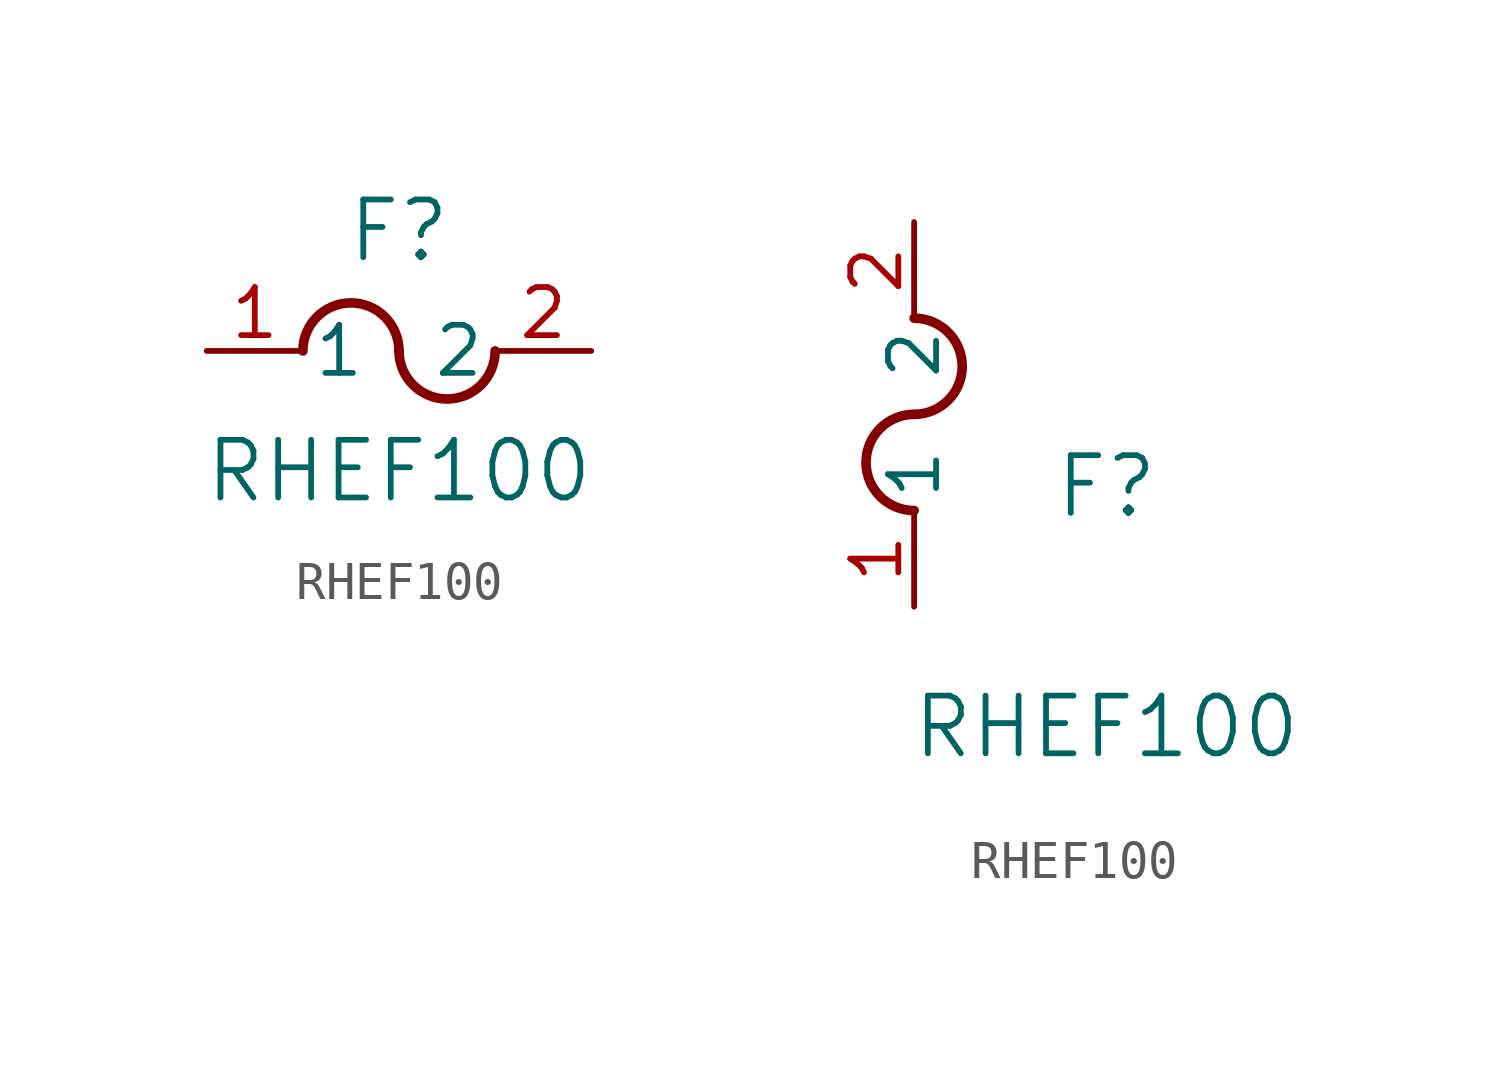
<source format=kicad_sym>
(kicad_symbol_lib
  (version 20211014)
  (generator kicad_symbol_editor)
  (symbol "RHEF100"
    (pin_names
      (offset 0.254))
    (property "Reference" "F"
      (at 5.08 3.175 0)
      (effects (font (size 1.524 1.524))))
    (property "Value" "RHEF100"
      (at 5.08 -3.175 0)
      (effects (font (size 1.524 1.524))))
    (symbol "RHEF100_1_1"
      (arc (start 5.08 0) (mid 3.81 1.27) (end 2.54 0) (stroke (width 0.254) (type default) (color 0 0 0 0)) (fill (type none)))
      (arc (start 5.08 0) (mid 6.35 -1.27) (end 7.62 0) (stroke (width 0.254) (type default) (color 0 0 0 0)) (fill (type none)))
      (pin unspecified line (at 0 0 0) (length 2.54) (name "1" (effects (font (size 1.27 1.27)))) (number "1" (effects (font (size 1.27 1.27)))))
      (pin unspecified line (at 10.16 0 180) (length 2.54) (name "2" (effects (font (size 1.27 1.27)))) (number "2" (effects (font (size 1.27 1.27))))))
    (symbol "RHEF100_1_2"
      (arc (start 0 5.08) (mid -1.27 3.81) (end 0 2.54) (stroke (width 0.254) (type default) (color 0 0 0 0)) (fill (type none)))
      (arc (start 0 5.08) (mid 1.27 6.35) (end 0 7.62) (stroke (width 0.254) (type default) (color 0 0 0 0)) (fill (type none)))
      (pin unspecified line (at 0 0 90) (length 2.54) (name "1" (effects (font (size 1.27 1.27)))) (number "1" (effects (font (size 1.27 1.27)))))
      (pin unspecified line (at 0 10.16 270) (length 2.54) (name "2" (effects (font (size 1.27 1.27)))) (number "2" (effects (font (size 1.27 1.27))))))))
</source>
